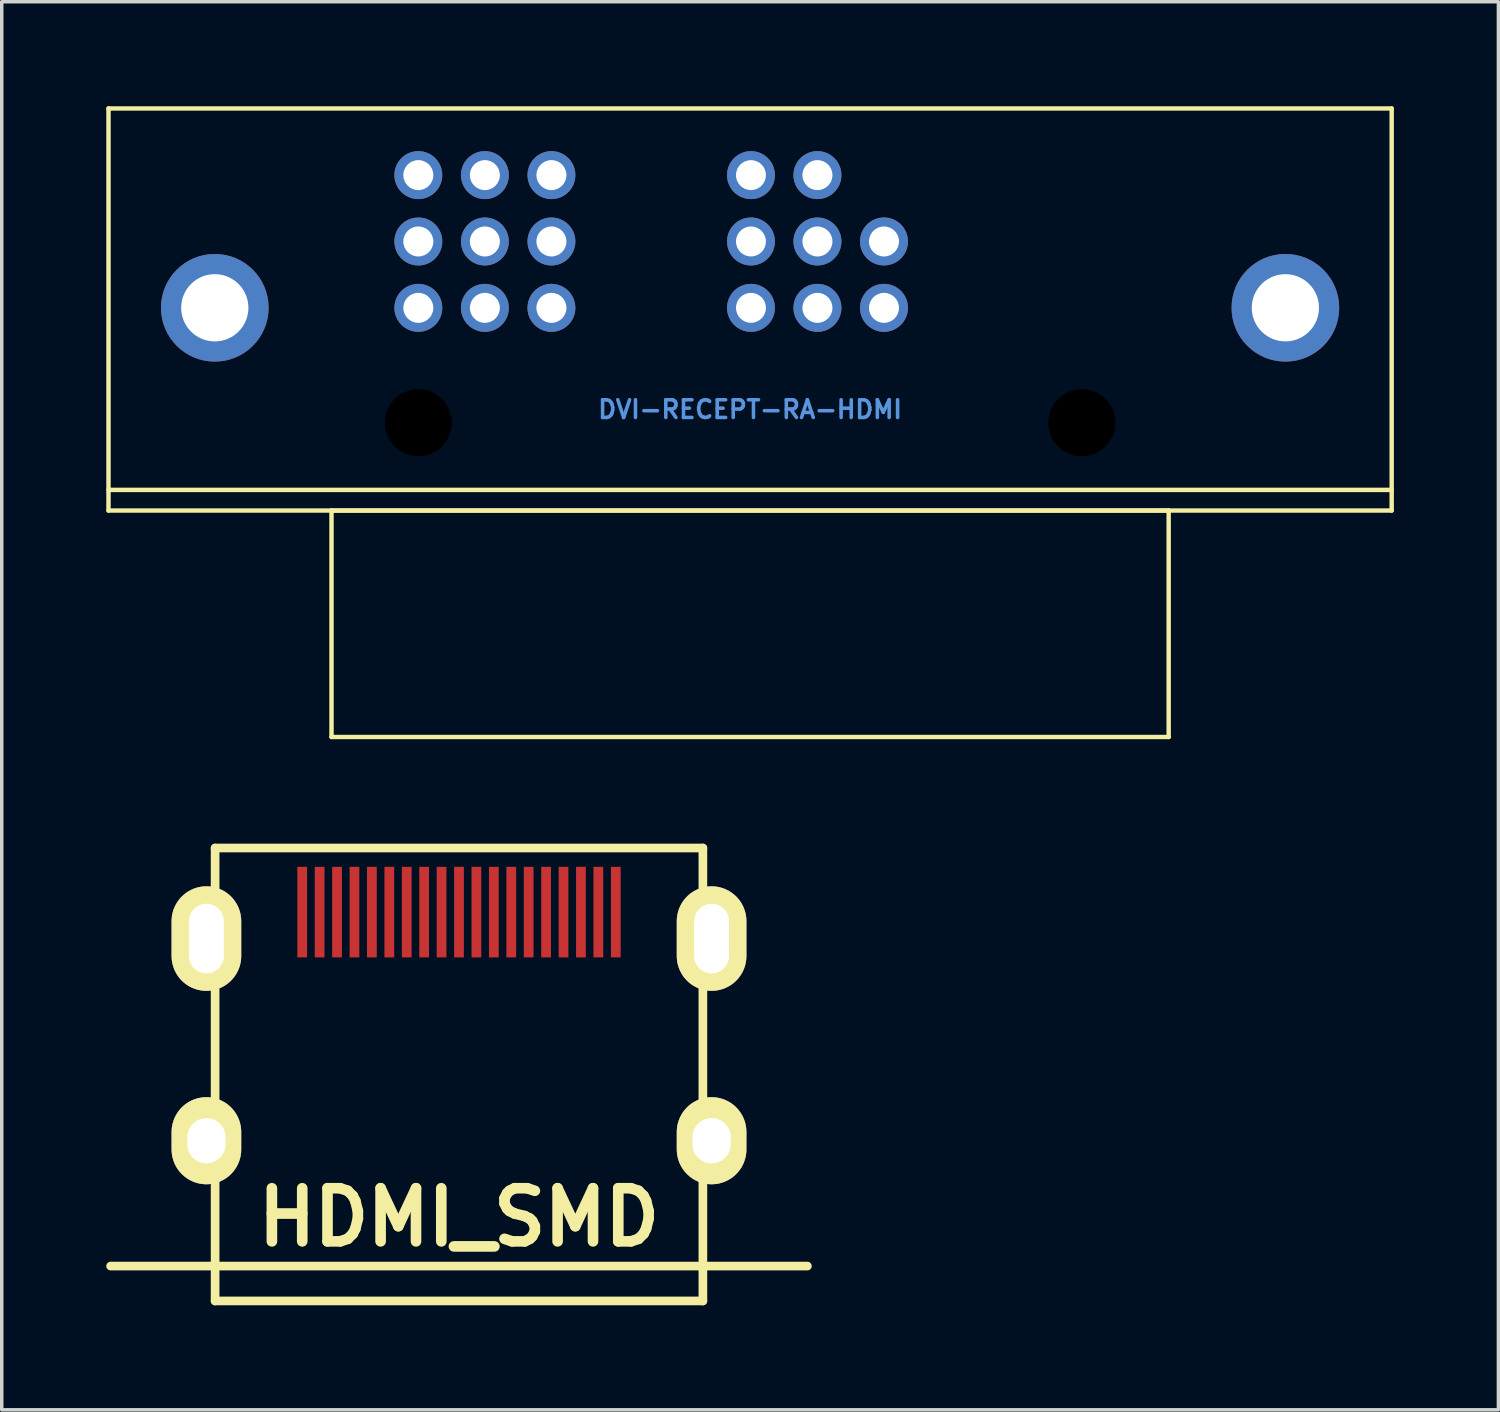
<source format=kicad_pcb>
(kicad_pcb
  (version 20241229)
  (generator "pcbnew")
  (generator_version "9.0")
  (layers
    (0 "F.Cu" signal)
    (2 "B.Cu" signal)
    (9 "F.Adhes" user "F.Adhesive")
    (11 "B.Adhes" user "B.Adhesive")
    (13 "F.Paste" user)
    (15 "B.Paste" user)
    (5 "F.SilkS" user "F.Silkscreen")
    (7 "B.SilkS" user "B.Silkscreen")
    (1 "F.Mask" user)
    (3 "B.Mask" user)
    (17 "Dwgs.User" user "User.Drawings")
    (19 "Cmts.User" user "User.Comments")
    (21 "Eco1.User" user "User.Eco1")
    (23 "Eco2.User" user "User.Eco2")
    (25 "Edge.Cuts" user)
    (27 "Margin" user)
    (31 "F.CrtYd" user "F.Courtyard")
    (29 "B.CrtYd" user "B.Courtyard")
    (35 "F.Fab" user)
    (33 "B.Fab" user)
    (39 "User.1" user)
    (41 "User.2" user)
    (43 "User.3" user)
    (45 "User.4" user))
  (footprint "DVI-RECEPT-RA-HDMI"
    (layer "F.Cu")
    (at 18.479 9.083)
    (property "Reference" "DVI-RECEPT-RA-HDMI" (at 0 -0.381 0) (layer "Cmts.User") (effects (font (size 0.508 0.508) (thickness 0.102))))
    (attr smd)
    (fp_line (start -18.415 -9.02) (end 18.415 -9.02) (stroke (width 0.127) (type solid)) (layer "F.SilkS"))
    (fp_line (start -18.415 1.928) (end 18.415 1.928) (stroke (width 0.127) (type solid)) (layer "F.SilkS"))
    (fp_line (start -18.415 2.52) (end -18.415 -9.02) (stroke (width 0.127) (type solid)) (layer "F.SilkS"))
    (fp_line (start -12.014 2.52) (end 12.014 2.52) (stroke (width 0.127) (type solid)) (layer "F.SilkS"))
    (fp_line (start -12.014 9.02) (end -12.014 2.52) (stroke (width 0.127) (type solid)) (layer "F.SilkS"))
    (fp_line (start 12.014 2.52) (end 12.014 9.02) (stroke (width 0.127) (type solid)) (layer "F.SilkS"))
    (fp_line (start 12.014 9.02) (end -12.014 9.02) (stroke (width 0.127) (type solid)) (layer "F.SilkS"))
    (fp_line (start 18.415 -9.02) (end 18.415 2.52) (stroke (width 0.127) (type solid)) (layer "F.SilkS"))
    (fp_line (start 18.415 2.52) (end -18.415 2.52) (stroke (width 0.127) (type solid)) (layer "F.SilkS"))
    (pad "" np_thru_hole circle (at -9.522 0) (size 1.928 1.928) (drill 1.928) (layers))
    (pad "" np_thru_hole circle (at 9.522 0) (size 1.928 1.928) (drill 1.928) (layers))
    (pad "1" thru_hole oval (at -9.522 -7.107) (size 1.374 1.377) (drill 0.861) (layers "*.Cu" "*.Mask"))
    (pad "2" thru_hole oval (at -7.612 -7.107) (size 1.374 1.377) (drill 0.861) (layers "*.Cu" "*.Mask"))
    (pad "3" thru_hole oval (at -5.702 -7.107) (size 1.374 1.377) (drill 0.861) (layers "*.Cu" "*.Mask"))
    (pad "6" thru_hole oval (at 0.025 -7.107) (size 1.374 1.377) (drill 0.859) (layers "*.Cu" "*.Mask"))
    (pad "7" thru_hole oval (at 1.933 -7.107) (size 1.377 1.377) (drill 0.861) (layers "*.Cu" "*.Mask"))
    (pad "9" thru_hole oval (at -9.522 -5.202) (size 1.374 1.377) (drill 0.861) (layers "*.Cu" "*.Mask"))
    (pad "10" thru_hole oval (at -7.612 -5.202) (size 1.374 1.377) (drill 0.861) (layers "*.Cu" "*.Mask"))
    (pad "11" thru_hole oval (at -5.702 -5.202) (size 1.374 1.377) (drill 0.861) (layers "*.Cu" "*.Mask"))
    (pad "14" thru_hole oval (at 0.025 -5.202) (size 1.374 1.377) (drill 0.859) (layers "*.Cu" "*.Mask"))
    (pad "15" thru_hole oval (at 1.933 -5.202) (size 1.377 1.377) (drill 0.861) (layers "*.Cu" "*.Mask"))
    (pad "16" thru_hole oval (at 3.843 -5.202) (size 1.377 1.377) (drill 0.861) (layers "*.Cu" "*.Mask"))
    (pad "17" thru_hole oval (at -9.522 -3.297) (size 1.374 1.377) (drill 0.861) (layers "*.Cu" "*.Mask"))
    (pad "18" thru_hole oval (at -7.612 -3.297) (size 1.374 1.377) (drill 0.861) (layers "*.Cu" "*.Mask"))
    (pad "19" thru_hole oval (at -5.702 -3.297) (size 1.374 1.377) (drill 0.861) (layers "*.Cu" "*.Mask"))
    (pad "22" thru_hole oval (at 0.025 -3.297) (size 1.374 1.377) (drill 0.859) (layers "*.Cu" "*.Mask"))
    (pad "23" thru_hole oval (at 1.933 -3.297) (size 1.377 1.377) (drill 0.861) (layers "*.Cu" "*.Mask"))
    (pad "24" thru_hole oval (at 3.843 -3.297) (size 1.377 1.377) (drill 0.861) (layers "*.Cu" "*.Mask"))
    (pad "25" thru_hole oval (at -15.364 -3.299) (size 3.089 3.089) (drill 1.93) (layers "*.Cu" "*.Mask"))
    (pad "25" thru_hole oval (at 15.364 -3.299) (size 3.089 3.089) (drill 1.93) (layers "*.Cu" "*.Mask")))
  (footprint "HDMI_SMD"
    (layer "F.Cu")
    (at 10.124 28.89)
    (property "Reference" "HDMI_SMD" (at 0 3 0) (layer "F.SilkS") (effects (font (size 1.524 1.524) (thickness 0.305))))
    (attr through_hole)
    (fp_line (start -10 4.399) (end 10 4.399) (stroke (width 0.249) (type solid)) (layer "F.SilkS"))
    (fp_line (start -7 -7.6) (end -7 5.4) (stroke (width 0.249) (type solid)) (layer "F.SilkS"))
    (fp_line (start -7 5.4) (end 7 5.4) (stroke (width 0.249) (type solid)) (layer "F.SilkS"))
    (fp_line (start 7 -7.6) (end -7 -7.6) (stroke (width 0.249) (type solid)) (layer "F.SilkS"))
    (fp_line (start 7 5.4) (end 7 -7.6) (stroke (width 0.249) (type solid)) (layer "F.SilkS"))
    (pad "1" smd rect (at 4.5 -5.761) (size 0.28 2.6) (layers "F.Cu" "F.Mask" "F.Paste"))
    (pad "2" smd rect (at 4 -5.761) (size 0.28 2.6) (layers "F.Cu" "F.Mask" "F.Paste"))
    (pad "3" smd rect (at 3.5 -5.761) (size 0.28 2.6) (layers "F.Cu" "F.Mask" "F.Paste"))
    (pad "4" smd rect (at 3 -5.761) (size 0.28 2.6) (layers "F.Cu" "F.Mask" "F.Paste"))
    (pad "5" smd rect (at 2.5 -5.761) (size 0.28 2.6) (layers "F.Cu" "F.Mask" "F.Paste"))
    (pad "6" smd rect (at 2 -5.761) (size 0.28 2.6) (layers "F.Cu" "F.Mask" "F.Paste"))
    (pad "7" smd rect (at 1.5 -5.761) (size 0.28 2.6) (layers "F.Cu" "F.Mask" "F.Paste"))
    (pad "8" smd rect (at 1 -5.761) (size 0.28 2.6) (layers "F.Cu" "F.Mask" "F.Paste"))
    (pad "9" smd rect (at 0.5 -5.761) (size 0.28 2.6) (layers "F.Cu" "F.Mask" "F.Paste"))
    (pad "10" smd rect (at 0 -5.761) (size 0.28 2.6) (layers "F.Cu" "F.Mask" "F.Paste"))
    (pad "11" smd rect (at -0.5 -5.761) (size 0.28 2.6) (layers "F.Cu" "F.Mask" "F.Paste"))
    (pad "12" smd rect (at -1 -5.761) (size 0.28 2.6) (layers "F.Cu" "F.Mask" "F.Paste"))
    (pad "13" smd rect (at -1.5 -5.761) (size 0.28 2.6) (layers "F.Cu" "F.Mask" "F.Paste"))
    (pad "14" smd rect (at -2 -5.761) (size 0.28 2.6) (layers "F.Cu" "F.Mask" "F.Paste"))
    (pad "15" smd rect (at -2.5 -5.761) (size 0.28 2.6) (layers "F.Cu" "F.Mask" "F.Paste"))
    (pad "16" smd rect (at -3 -5.761) (size 0.28 2.6) (layers "F.Cu" "F.Mask" "F.Paste"))
    (pad "17" smd rect (at -3.5 -5.761) (size 0.28 2.6) (layers "F.Cu" "F.Mask" "F.Paste"))
    (pad "18" smd rect (at -4 -5.761) (size 0.28 2.6) (layers "F.Cu" "F.Mask" "F.Paste"))
    (pad "19" smd rect (at -4.5 -5.761) (size 0.28 2.6) (layers "F.Cu" "F.Mask" "F.Paste"))
    (pad "20" thru_hole oval (at -7.25 -5.001) (size 1.999 3) (drill oval 1.001 1.999) (layers "*.Cu" "*.Mask" "F.SilkS"))
    (pad "20" thru_hole oval (at -7.25 0.801) (size 1.999 2.5) (drill oval 1.1 1.3) (layers "*.Cu" "*.Mask" "F.SilkS"))
    (pad "20" thru_hole oval (at 7.25 -5.001) (size 1.999 3) (drill oval 1.001 1.999) (layers "*.Cu" "*.Mask" "F.SilkS"))
    (pad "20" thru_hole oval (at 7.25 0.801) (size 1.999 2.5) (drill oval 1.1 1.3) (layers "*.Cu" "*.Mask" "F.SilkS")))
  (gr_rect
    (start -3 -3)
    (end 39.957 37.415)
    (stroke (width 0.1) (type default))
    (fill no)
    (layer "Edge.Cuts")))
</source>
